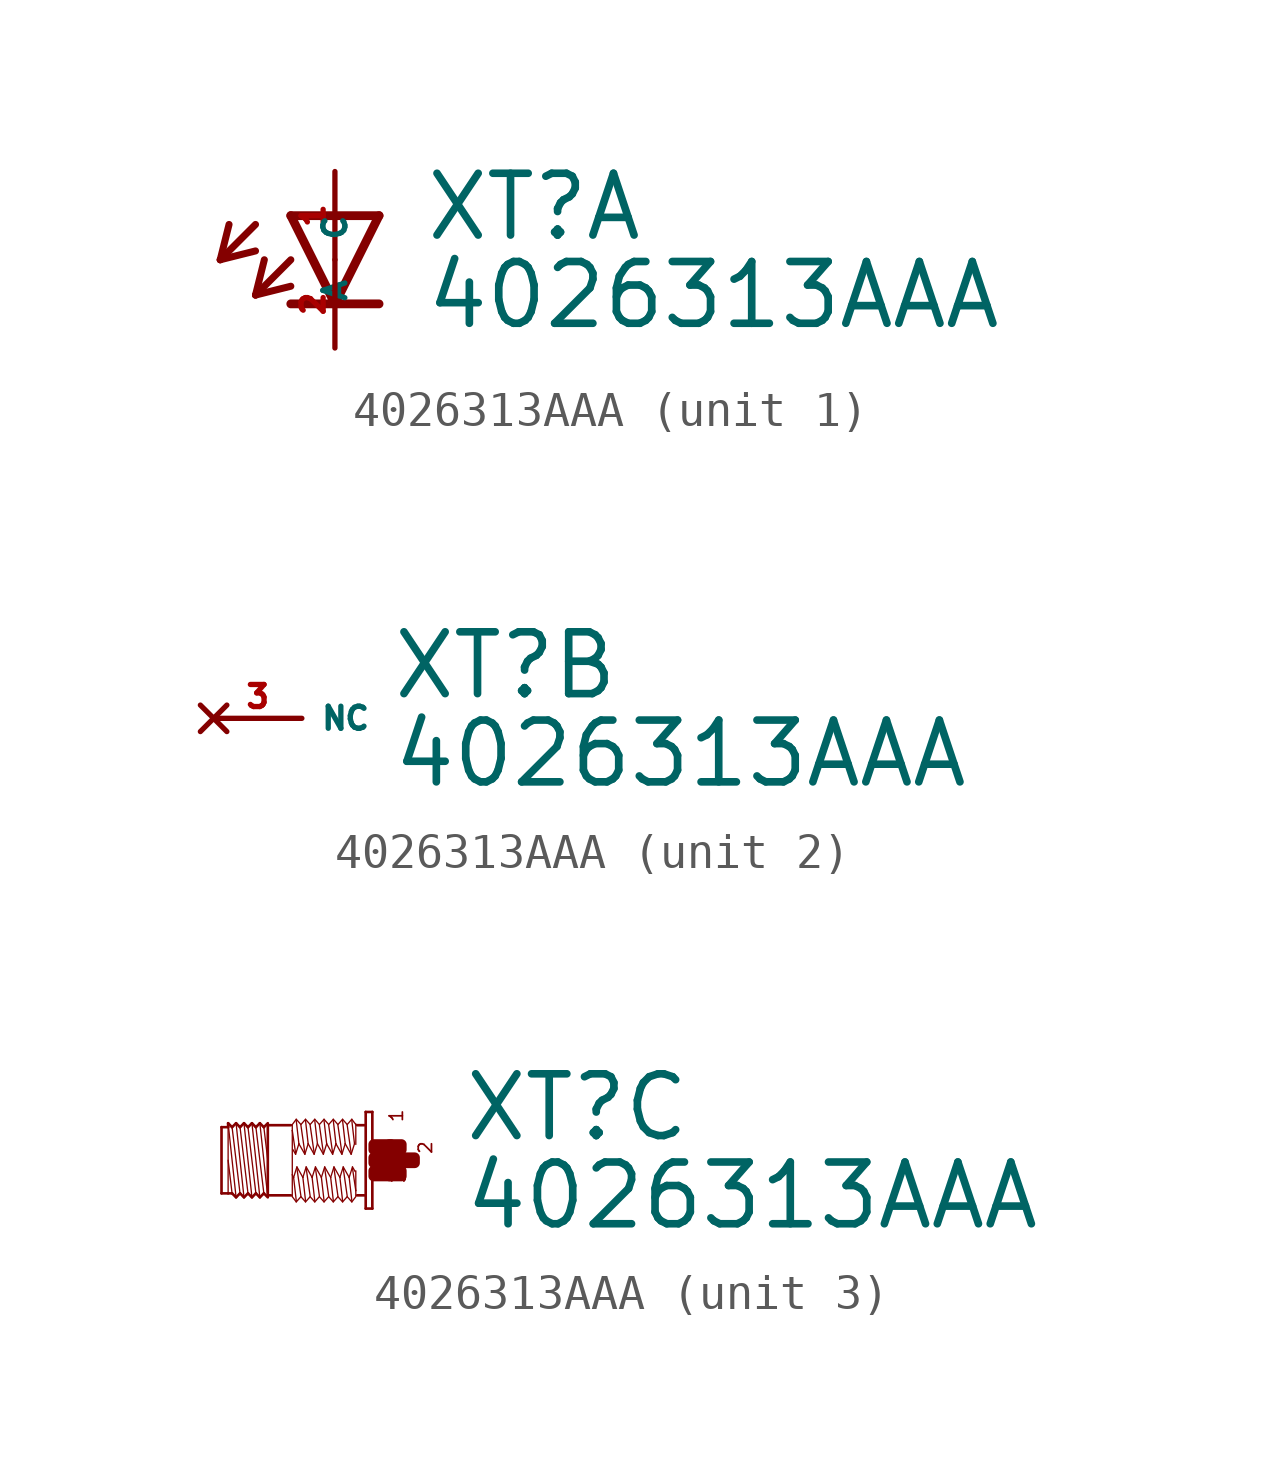
<source format=kicad_sym>
(kicad_symbol_lib
  (version 20220914)
  (generator Eagle2Kicad)
  (symbol "4026313AAA"
    (property "Reference" "XT"
      (at 2.54 0.483 0)
      (effects (font (size 1.778 1.778) (thickness 0.22)) (justify left bottom)))
    (property "Value" "4026313AAA"
      (at 2.54 -2.057 0)
      (effects (font (size 1.778 1.778) (thickness 0.22)) (justify left bottom)))
    (symbol "4026313AAA_1_0"
      (polyline (pts (xy -1.27 1.27) (xy 0 -1.27)) (stroke (width 0.254) (type default)) (fill (type none)))
      (polyline (pts (xy 0 -1.27) (xy 1.27 1.27)) (stroke (width 0.254) (type default)) (fill (type none)))
      (polyline (pts (xy 1.27 -1.27) (xy 0 -1.27)) (stroke (width 0.254) (type default)) (fill (type none)))
      (polyline (pts (xy 1.27 1.27) (xy -1.27 1.27)) (stroke (width 0.254) (type default)) (fill (type none)))
      (polyline (pts (xy 0 -1.27) (xy -1.27 -1.27)) (stroke (width 0.254) (type default)) (fill (type none)))
      (polyline (pts (xy -2.286 1.016) (xy -3.302 0)) (stroke (width 0.203) (type default)) (fill (type none)))
      (polyline (pts (xy -3.302 0) (xy -2.286 0.254)) (stroke (width 0.203) (type default)) (fill (type none)))
      (polyline (pts (xy -3.302 0) (xy -3.048 1.016)) (stroke (width 0.203) (type default)) (fill (type none)))
      (polyline (pts (xy -1.27 0) (xy -2.286 -1.016)) (stroke (width 0.203) (type default)) (fill (type none)))
      (polyline (pts (xy -2.286 -1.016) (xy -1.27 -0.762)) (stroke (width 0.203) (type default)) (fill (type none)))
      (polyline (pts (xy -2.286 -1.016) (xy -2.032 0)) (stroke (width 0.203) (type default)) (fill (type none)))
      (pin passive line (at 0 2.54 270) (length 2.54) (name "A" (effects (font (size 0.635 0.635) (thickness 0.08)) (justify left bottom))) (number "1" (effects (font (size 0.635 0.635) (thickness 0.08)) (justify left bottom))))
      (pin passive line (at 0 -2.54 90) (length 2.54) (name "C" (effects (font (size 0.635 0.635) (thickness 0.08)) (justify left bottom))) (number "2" (effects (font (size 0.635 0.635) (thickness 0.08)) (justify left bottom)))))
    (symbol "4026313AAA_2_0"
      (pin no_connect line (at -2.54 0 0) (length 2.54) (name "NC" (effects (font (size 0.635 0.635) (thickness 0.08)) (justify left bottom) hide)) (number "3" (effects (font (size 0.635 0.635) (thickness 0.08)) (justify left bottom) hide))))
    (symbol "4026313AAA_3_0"
      (polyline (pts (xy -3.048 -1.067) (xy -3.277 1.067)) (stroke (width 0.038) (type default)) (fill (type none)))
      (polyline (pts (xy -3.162 0.953) (xy -3.048 0)) (stroke (width 0.038) (type default)) (fill (type none)))
      (polyline (pts (xy -3.162 -0.953) (xy -3.391 0.953)) (stroke (width 0.038) (type default)) (fill (type none)))
      (polyline (pts (xy -3.277 -1.067) (xy -3.505 1.067)) (stroke (width 0.038) (type default)) (fill (type none)))
      (polyline (pts (xy -3.391 -0.953) (xy -3.619 0.953)) (stroke (width 0.038) (type default)) (fill (type none)))
      (polyline (pts (xy -3.505 -1.067) (xy -3.734 1.067)) (stroke (width 0.038) (type default)) (fill (type none)))
      (polyline (pts (xy -3.619 -0.953) (xy -3.848 0.953)) (stroke (width 0.038) (type default)) (fill (type none)))
      (polyline (pts (xy -3.734 -1.067) (xy -3.962 1.067)) (stroke (width 0.038) (type default)) (fill (type none)))
      (polyline (pts (xy -3.848 -0.953) (xy -4.077 0.953)) (stroke (width 0.038) (type default)) (fill (type none)))
      (polyline (pts (xy -3.962 -1.067) (xy -4.191 1.067)) (stroke (width 0.038) (type default)) (fill (type none)))
      (polyline (pts (xy -4.191 0) (xy -4.077 -0.953)) (stroke (width 0.038) (type default)) (fill (type none)))
      (polyline (pts (xy -4.191 1.029) (xy -4.191 0.953)) (stroke (width 0.038) (type default)) (fill (type none)))
      (polyline (pts (xy -4.191 0.953) (xy -4.191 -0.953)) (stroke (width 0.038) (type default)) (fill (type none)))
      (polyline (pts (xy -4.381 -0.953) (xy -4.381 0.953)) (stroke (width 0.076) (type default)) (fill (type none)))
      (polyline (pts (xy -4.381 0.953) (xy -4.191 0.953)) (stroke (width 0.076) (type default)) (fill (type none)))
      (polyline (pts (xy -4.191 0.953) (xy -4.191 1.067)) (stroke (width 0.076) (type default)) (fill (type none)))
      (polyline (pts (xy -4.191 1.067) (xy -4.077 0.953)) (stroke (width 0.076) (type default)) (fill (type none)))
      (polyline (pts (xy -4.077 0.953) (xy -3.962 1.067)) (stroke (width 0.076) (type default)) (fill (type none)))
      (polyline (pts (xy -3.962 1.067) (xy -3.848 0.953)) (stroke (width 0.076) (type default)) (fill (type none)))
      (polyline (pts (xy -3.848 0.953) (xy -3.734 1.067)) (stroke (width 0.076) (type default)) (fill (type none)))
      (polyline (pts (xy -3.734 1.067) (xy -3.619 0.953)) (stroke (width 0.076) (type default)) (fill (type none)))
      (polyline (pts (xy -3.619 0.953) (xy -3.505 1.067)) (stroke (width 0.076) (type default)) (fill (type none)))
      (polyline (pts (xy -3.277 1.067) (xy -3.162 0.953)) (stroke (width 0.076) (type default)) (fill (type none)))
      (polyline (pts (xy -3.162 0.953) (xy -3.048 1.067)) (stroke (width 0.076) (type default)) (fill (type none)))
      (polyline (pts (xy -3.048 -1.067) (xy -3.162 -0.953)) (stroke (width 0.076) (type default)) (fill (type none)))
      (polyline (pts (xy -3.162 -0.953) (xy -3.277 -1.067)) (stroke (width 0.076) (type default)) (fill (type none)))
      (polyline (pts (xy -3.277 -1.067) (xy -3.391 -0.953)) (stroke (width 0.076) (type default)) (fill (type none)))
      (polyline (pts (xy -3.391 -0.953) (xy -3.505 -1.067)) (stroke (width 0.076) (type default)) (fill (type none)))
      (polyline (pts (xy -3.505 -1.067) (xy -3.619 -0.953)) (stroke (width 0.076) (type default)) (fill (type none)))
      (polyline (pts (xy -3.619 -0.953) (xy -3.734 -1.067)) (stroke (width 0.076) (type default)) (fill (type none)))
      (polyline (pts (xy -3.734 -1.067) (xy -3.848 -0.953)) (stroke (width 0.076) (type default)) (fill (type none)))
      (polyline (pts (xy -3.848 -0.953) (xy -3.962 -1.067)) (stroke (width 0.076) (type default)) (fill (type none)))
      (polyline (pts (xy -3.962 -1.067) (xy -4.077 -0.953)) (stroke (width 0.076) (type default)) (fill (type none)))
      (polyline (pts (xy -4.077 -0.953) (xy -4.191 -0.953)) (stroke (width 0.076) (type default)) (fill (type none)))
      (polyline (pts (xy -4.191 -0.953) (xy -4.381 -0.953)) (stroke (width 0.076) (type default)) (fill (type none)))
      (polyline (pts (xy -3.048 1.029) (xy -3.048 1.01)) (stroke (width 0.076) (type default)) (fill (type none)))
      (polyline (pts (xy -3.048 1.01) (xy -3.048 -1.01)) (stroke (width 0.076) (type default)) (fill (type none)))
      (polyline (pts (xy -3.048 -1.01) (xy -3.048 -1.029)) (stroke (width 0.076) (type default)) (fill (type none)))
      (polyline (pts (xy -0.038 1.391) (xy -0.038 -1.391)) (stroke (width 0.076) (type default)) (fill (type none)))
      (polyline (pts (xy -0.038 -1.391) (xy -0.229 -1.391)) (stroke (width 0.076) (type default)) (fill (type none)))
      (polyline (pts (xy -0.229 -1.391) (xy -0.229 1.391)) (stroke (width 0.076) (type default)) (fill (type none)))
      (polyline (pts (xy -0.229 1.391) (xy -0.038 1.391)) (stroke (width 0.076) (type default)) (fill (type none)))
      (polyline (pts (xy -0.267 1.01) (xy -0.476 1.01)) (stroke (width 0.076) (type default)) (fill (type none)))
      (polyline (pts (xy -0.267 -1.01) (xy -0.476 -1.01)) (stroke (width 0.076) (type default)) (fill (type none)))
      (polyline (pts (xy -2.381 -1.01) (xy -3.048 -1.01)) (stroke (width 0.076) (type default)) (fill (type none)))
      (polyline (pts (xy -3.048 1.01) (xy -2.381 1.01)) (stroke (width 0.076) (type default)) (fill (type none)))
      (polyline (pts (xy -0.514 -1.048) (xy -0.629 -1.2)) (stroke (width 0.038) (type default)) (fill (type none)))
      (polyline (pts (xy -0.629 -1.2) (xy -0.762 -1.048)) (stroke (width 0.038) (type default)) (fill (type none)))
      (polyline (pts (xy -0.762 -1.048) (xy -0.895 -1.2)) (stroke (width 0.038) (type default)) (fill (type none)))
      (polyline (pts (xy -0.895 -1.2) (xy -1.029 -1.048)) (stroke (width 0.038) (type default)) (fill (type none)))
      (polyline (pts (xy -1.029 -1.048) (xy -1.162 -1.2)) (stroke (width 0.038) (type default)) (fill (type none)))
      (polyline (pts (xy -1.162 -1.2) (xy -1.295 -1.048)) (stroke (width 0.038) (type default)) (fill (type none)))
      (polyline (pts (xy -1.295 -1.048) (xy -1.429 -1.2)) (stroke (width 0.038) (type default)) (fill (type none)))
      (polyline (pts (xy -1.429 -1.2) (xy -1.562 -1.048)) (stroke (width 0.038) (type default)) (fill (type none)))
      (polyline (pts (xy -1.562 -1.048) (xy -1.696 -1.2)) (stroke (width 0.038) (type default)) (fill (type none)))
      (polyline (pts (xy -1.696 -1.2) (xy -1.829 -1.048)) (stroke (width 0.038) (type default)) (fill (type none)))
      (polyline (pts (xy -1.829 -1.048) (xy -1.962 -1.2)) (stroke (width 0.038) (type default)) (fill (type none)))
      (polyline (pts (xy -1.962 -1.2) (xy -2.095 -1.048)) (stroke (width 0.038) (type default)) (fill (type none)))
      (polyline (pts (xy -2.095 -1.048) (xy -2.229 -1.2)) (stroke (width 0.038) (type default)) (fill (type none)))
      (polyline (pts (xy -2.229 -1.2) (xy -2.343 -1.048)) (stroke (width 0.038) (type default)) (fill (type none)))
      (polyline (pts (xy -2.343 -1.048) (xy -2.343 -0.419)) (stroke (width 0.038) (type default)) (fill (type none)))
      (polyline (pts (xy -2.343 -0.419) (xy -2.343 0.857)) (stroke (width 0.038) (type default)) (fill (type none)))
      (polyline (pts (xy -2.343 0.857) (xy -2.343 1.029)) (stroke (width 0.038) (type default)) (fill (type none)))
      (polyline (pts (xy -0.514 1.048) (xy -0.514 1.029)) (stroke (width 0.038) (type default)) (fill (type none)))
      (polyline (pts (xy -0.514 1.029) (xy -0.514 0.457)) (stroke (width 0.038) (type default)) (fill (type none)))
      (polyline (pts (xy -0.514 -0.305) (xy -0.514 -0.876)) (stroke (width 0.038) (type default)) (fill (type none)))
      (polyline (pts (xy -0.514 -0.876) (xy -0.514 -1.029)) (stroke (width 0.038) (type default)) (fill (type none)))
      (polyline (pts (xy -0.533 -0.324) (xy -0.61 -0.191)) (stroke (width 0.038) (type default)) (fill (type none)))
      (polyline (pts (xy -0.61 -0.191) (xy -0.705 -0.495)) (stroke (width 0.038) (type default)) (fill (type none)))
      (polyline (pts (xy -0.705 -0.495) (xy -0.876 -0.191)) (stroke (width 0.038) (type default)) (fill (type none)))
      (polyline (pts (xy -0.876 -0.191) (xy -0.972 -0.495)) (stroke (width 0.038) (type default)) (fill (type none)))
      (polyline (pts (xy -0.972 -0.495) (xy -1.143 -0.191)) (stroke (width 0.038) (type default)) (fill (type none)))
      (polyline (pts (xy -1.143 -0.191) (xy -1.238 -0.495)) (stroke (width 0.038) (type default)) (fill (type none)))
      (polyline (pts (xy -1.238 -0.495) (xy -1.41 -0.191)) (stroke (width 0.038) (type default)) (fill (type none)))
      (polyline (pts (xy -1.41 -0.191) (xy -1.505 -0.495)) (stroke (width 0.038) (type default)) (fill (type none)))
      (polyline (pts (xy -1.505 -0.495) (xy -1.676 -0.191)) (stroke (width 0.038) (type default)) (fill (type none)))
      (polyline (pts (xy -1.676 -0.191) (xy -1.772 -0.495)) (stroke (width 0.038) (type default)) (fill (type none)))
      (polyline (pts (xy -1.772 -0.495) (xy -1.943 -0.191)) (stroke (width 0.038) (type default)) (fill (type none)))
      (polyline (pts (xy -1.943 -0.191) (xy -2.038 -0.495)) (stroke (width 0.038) (type default)) (fill (type none)))
      (polyline (pts (xy -2.038 -0.495) (xy -2.21 -0.191)) (stroke (width 0.038) (type default)) (fill (type none)))
      (polyline (pts (xy -2.21 -0.191) (xy -2.305 -0.495)) (stroke (width 0.038) (type default)) (fill (type none)))
      (polyline (pts (xy -2.305 -0.495) (xy -2.343 -0.419)) (stroke (width 0.038) (type default)) (fill (type none)))
      (polyline (pts (xy -2.229 -1.162) (xy -2.305 -0.495)) (stroke (width 0.038) (type default)) (fill (type none)))
      (polyline (pts (xy -2.095 -1.029) (xy -2.21 -0.229)) (stroke (width 0.038) (type default)) (fill (type none)))
      (polyline (pts (xy -1.962 -1.162) (xy -2.038 -0.495)) (stroke (width 0.038) (type default)) (fill (type none)))
      (polyline (pts (xy -1.829 -1.029) (xy -1.943 -0.229)) (stroke (width 0.038) (type default)) (fill (type none)))
      (polyline (pts (xy -1.562 -1.029) (xy -1.676 -0.229)) (stroke (width 0.038) (type default)) (fill (type none)))
      (polyline (pts (xy -1.429 -1.162) (xy -1.505 -0.495)) (stroke (width 0.038) (type default)) (fill (type none)))
      (polyline (pts (xy -1.295 -1.029) (xy -1.41 -0.229)) (stroke (width 0.038) (type default)) (fill (type none)))
      (polyline (pts (xy -1.162 -1.162) (xy -1.238 -0.495)) (stroke (width 0.038) (type default)) (fill (type none)))
      (polyline (pts (xy -1.029 -1.029) (xy -1.143 -0.229)) (stroke (width 0.038) (type default)) (fill (type none)))
      (polyline (pts (xy -0.895 -1.162) (xy -0.972 -0.495)) (stroke (width 0.038) (type default)) (fill (type none)))
      (polyline (pts (xy -0.762 -1.029) (xy -0.876 -0.229)) (stroke (width 0.038) (type default)) (fill (type none)))
      (polyline (pts (xy -0.629 -1.162) (xy -0.705 -0.495)) (stroke (width 0.038) (type default)) (fill (type none)))
      (polyline (pts (xy -0.514 -0.876) (xy -0.61 -0.229)) (stroke (width 0.038) (type default)) (fill (type none)))
      (polyline (pts (xy -2.343 1.029) (xy -2.229 1.181)) (stroke (width 0.038) (type default)) (fill (type none)))
      (polyline (pts (xy -2.229 1.181) (xy -2.095 1.029)) (stroke (width 0.038) (type default)) (fill (type none)))
      (polyline (pts (xy -2.095 1.029) (xy -1.962 1.181)) (stroke (width 0.038) (type default)) (fill (type none)))
      (polyline (pts (xy -1.962 1.181) (xy -1.829 1.029)) (stroke (width 0.038) (type default)) (fill (type none)))
      (polyline (pts (xy -1.829 1.029) (xy -1.696 1.181)) (stroke (width 0.038) (type default)) (fill (type none)))
      (polyline (pts (xy -1.696 1.181) (xy -1.562 1.029)) (stroke (width 0.038) (type default)) (fill (type none)))
      (polyline (pts (xy -1.562 1.029) (xy -1.429 1.181)) (stroke (width 0.038) (type default)) (fill (type none)))
      (polyline (pts (xy -1.429 1.181) (xy -1.295 1.029)) (stroke (width 0.038) (type default)) (fill (type none)))
      (polyline (pts (xy -1.295 1.029) (xy -1.162 1.181)) (stroke (width 0.038) (type default)) (fill (type none)))
      (polyline (pts (xy -1.162 1.181) (xy -1.029 1.029)) (stroke (width 0.038) (type default)) (fill (type none)))
      (polyline (pts (xy -1.029 1.029) (xy -0.895 1.181)) (stroke (width 0.038) (type default)) (fill (type none)))
      (polyline (pts (xy -0.895 1.181) (xy -0.762 1.029)) (stroke (width 0.038) (type default)) (fill (type none)))
      (polyline (pts (xy -0.762 1.029) (xy -0.629 1.181)) (stroke (width 0.038) (type default)) (fill (type none)))
      (polyline (pts (xy -0.629 1.181) (xy -0.514 1.029)) (stroke (width 0.038) (type default)) (fill (type none)))
      (polyline (pts (xy -2.324 0.305) (xy -2.248 0.172)) (stroke (width 0.038) (type default)) (fill (type none)))
      (polyline (pts (xy -2.248 0.172) (xy -2.153 0.476)) (stroke (width 0.038) (type default)) (fill (type none)))
      (polyline (pts (xy -2.153 0.476) (xy -1.981 0.172)) (stroke (width 0.038) (type default)) (fill (type none)))
      (polyline (pts (xy -1.981 0.172) (xy -1.886 0.476)) (stroke (width 0.038) (type default)) (fill (type none)))
      (polyline (pts (xy -1.886 0.476) (xy -1.714 0.172)) (stroke (width 0.038) (type default)) (fill (type none)))
      (polyline (pts (xy -1.714 0.172) (xy -1.619 0.476)) (stroke (width 0.038) (type default)) (fill (type none)))
      (polyline (pts (xy -1.619 0.476) (xy -1.448 0.172)) (stroke (width 0.038) (type default)) (fill (type none)))
      (polyline (pts (xy -1.448 0.172) (xy -1.353 0.476)) (stroke (width 0.038) (type default)) (fill (type none)))
      (polyline (pts (xy -1.353 0.476) (xy -1.181 0.172)) (stroke (width 0.038) (type default)) (fill (type none)))
      (polyline (pts (xy -1.181 0.172) (xy -1.086 0.476)) (stroke (width 0.038) (type default)) (fill (type none)))
      (polyline (pts (xy -1.086 0.476) (xy -0.914 0.172)) (stroke (width 0.038) (type default)) (fill (type none)))
      (polyline (pts (xy -0.914 0.172) (xy -0.819 0.476)) (stroke (width 0.038) (type default)) (fill (type none)))
      (polyline (pts (xy -0.819 0.476) (xy -0.648 0.172)) (stroke (width 0.038) (type default)) (fill (type none)))
      (polyline (pts (xy -0.648 0.172) (xy -0.552 0.476)) (stroke (width 0.038) (type default)) (fill (type none)))
      (polyline (pts (xy -0.629 1.143) (xy -0.552 0.476)) (stroke (width 0.038) (type default)) (fill (type none)))
      (polyline (pts (xy -0.762 1.01) (xy -0.648 0.21)) (stroke (width 0.038) (type default)) (fill (type none)))
      (polyline (pts (xy -0.895 1.143) (xy -0.819 0.476)) (stroke (width 0.038) (type default)) (fill (type none)))
      (polyline (pts (xy -1.029 1.01) (xy -0.914 0.21)) (stroke (width 0.038) (type default)) (fill (type none)))
      (polyline (pts (xy -1.162 1.143) (xy -1.086 0.476)) (stroke (width 0.038) (type default)) (fill (type none)))
      (polyline (pts (xy -1.295 1.01) (xy -1.181 0.21)) (stroke (width 0.038) (type default)) (fill (type none)))
      (polyline (pts (xy -1.429 1.143) (xy -1.353 0.476)) (stroke (width 0.038) (type default)) (fill (type none)))
      (polyline (pts (xy -1.562 1.01) (xy -1.448 0.21)) (stroke (width 0.038) (type default)) (fill (type none)))
      (polyline (pts (xy -1.696 1.143) (xy -1.619 0.476)) (stroke (width 0.038) (type default)) (fill (type none)))
      (polyline (pts (xy -1.829 1.01) (xy -1.714 0.21)) (stroke (width 0.038) (type default)) (fill (type none)))
      (polyline (pts (xy -1.962 1.143) (xy -1.886 0.476)) (stroke (width 0.038) (type default)) (fill (type none)))
      (polyline (pts (xy -2.095 1.01) (xy -1.981 0.21)) (stroke (width 0.038) (type default)) (fill (type none)))
      (polyline (pts (xy -2.229 1.143) (xy -2.153 0.476)) (stroke (width 0.038) (type default)) (fill (type none)))
      (polyline (pts (xy -2.343 0.857) (xy -2.248 0.21)) (stroke (width 0.038) (type default)) (fill (type none)))
      (polyline (pts (xy -1.696 -1.162) (xy -1.772 -0.495)) (stroke (width 0.038) (type default)) (fill (type none)))
      (polyline (pts (xy -3.277 1.067) (xy -3.391 0.953)) (stroke (width 0.076) (type default)) (fill (type none)))
      (polyline (pts (xy -3.391 0.953) (xy -3.505 1.067)) (stroke (width 0.076) (type default)) (fill (type none)))
      (text "1" (at 0.876 1.067 1800) (effects (font (size 0.381 0.381) (thickness 0.05)) (justify left bottom)))
      (text "3" (at 0.953 -0.686 1800) (effects (font (size 0.381 0.381) (thickness 0.05)) (justify left bottom)))
      (text "2" (at 1.714 0.152 1800) (effects (font (size 0.381 0.381) (thickness 0.05)) (justify left bottom)))
      (rectangle (start 0 -0.457) (end 0.495 -0.305) (stroke (width 0.3) (type default)) (fill (type outline)))
      (rectangle (start 0 -0.076) (end 0.876 0.076) (stroke (width 0.3) (type default)) (fill (type outline)))
      (rectangle (start 0.457 -0.457) (end 0.8 -0.305) (stroke (width 0.3) (type default)) (fill (type outline)))
      (rectangle (start 0.838 -0.076) (end 1.181 0.076) (stroke (width 0.3) (type default)) (fill (type outline)))
      (rectangle (start 0.457 0.305) (end 0.8 0.457) (stroke (width 0.3) (type default)) (fill (type outline)))
      (rectangle (start 0 0.305) (end 0.495 0.457) (stroke (width 0.3) (type default)) (fill (type outline))))))
</source>
